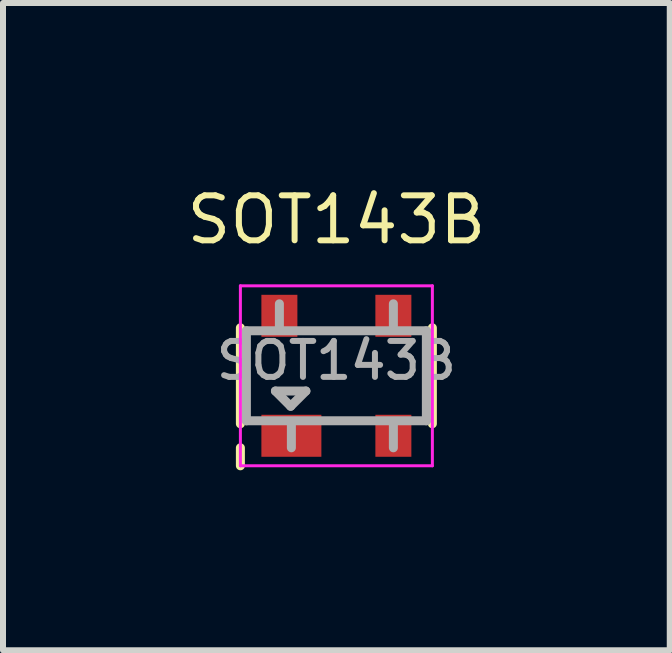
<source format=kicad_pcb>
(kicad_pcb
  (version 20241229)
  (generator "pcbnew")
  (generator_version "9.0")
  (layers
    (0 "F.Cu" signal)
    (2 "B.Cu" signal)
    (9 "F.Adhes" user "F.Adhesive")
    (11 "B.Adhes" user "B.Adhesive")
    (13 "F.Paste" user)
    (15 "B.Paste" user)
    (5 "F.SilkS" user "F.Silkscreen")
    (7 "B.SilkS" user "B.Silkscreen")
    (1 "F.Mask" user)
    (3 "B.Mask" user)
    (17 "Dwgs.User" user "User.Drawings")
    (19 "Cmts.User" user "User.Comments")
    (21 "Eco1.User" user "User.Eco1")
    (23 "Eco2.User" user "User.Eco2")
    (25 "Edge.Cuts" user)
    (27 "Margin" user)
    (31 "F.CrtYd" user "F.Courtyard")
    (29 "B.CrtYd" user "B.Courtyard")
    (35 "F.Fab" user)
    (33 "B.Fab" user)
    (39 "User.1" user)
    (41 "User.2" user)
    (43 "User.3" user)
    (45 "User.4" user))
  (footprint "SOT143B"
    (layer "F.Cu")
    (at 2.557 3.214)
    (property "Reference" "SOT143B" (at 0 -2.6 0) (layer "F.SilkS") (effects (font (size 0.75 0.75) (thickness 0.1))))
    (attr smd)
    (fp_line (start -1.6 -0.8) (end -1.6 0.8) (stroke (width 0.15) (type solid)) (layer "F.SilkS"))
    (fp_line (start -1.6 1.2) (end -1.6 1.5) (stroke (width 0.15) (type solid)) (layer "F.SilkS"))
    (fp_line (start 1.6 -0.8) (end 1.6 0.8) (stroke (width 0.15) (type solid)) (layer "F.SilkS"))
    (fp_line (start -1.6 -1.5) (end -1.6 1.5) (stroke (width 0.05) (type solid)) (layer "F.CrtYd"))
    (fp_line (start -1.6 -1.5) (end 1.6 -1.5) (stroke (width 0.05) (type solid)) (layer "F.CrtYd"))
    (fp_line (start -1.6 1.5) (end 1.6 1.5) (stroke (width 0.05) (type solid)) (layer "F.CrtYd"))
    (fp_line (start 1.6 -1.5) (end 1.6 1.5) (stroke (width 0.05) (type solid)) (layer "F.CrtYd"))
    (fp_line (start -1.5 -0.75) (end -1.5 0.75) (stroke (width 0.15) (type solid)) (layer "F.Fab"))
    (fp_line (start -1.5 0.75) (end 1.5 0.75) (stroke (width 0.15) (type solid)) (layer "F.Fab"))
    (fp_line (start -1.016 0.254) (end -0.762 0.508) (stroke (width 0.15) (type solid)) (layer "F.Fab"))
    (fp_line (start -0.95 -1.2) (end -0.95 -0.762) (stroke (width 0.15) (type solid)) (layer "F.Fab"))
    (fp_line (start -0.762 0.508) (end -0.508 0.254) (stroke (width 0.15) (type solid)) (layer "F.Fab"))
    (fp_line (start -0.75 1.2) (end -0.75 0.762) (stroke (width 0.15) (type solid)) (layer "F.Fab"))
    (fp_line (start -0.508 0.254) (end -1.016 0.254) (stroke (width 0.15) (type solid)) (layer "F.Fab"))
    (fp_line (start 0.95 -1.2) (end 0.95 -0.762) (stroke (width 0.15) (type solid)) (layer "F.Fab"))
    (fp_line (start 0.95 1.2) (end 0.95 0.762) (stroke (width 0.15) (type solid)) (layer "F.Fab"))
    (fp_line (start 1.5 -0.75) (end -1.5 -0.75) (stroke (width 0.15) (type solid)) (layer "F.Fab"))
    (fp_line (start 1.5 0.75) (end 1.5 -0.75) (stroke (width 0.15) (type solid)) (layer "F.Fab"))
    (fp_text user "${REFERENCE}" (at 0 -0.254 0) (layer "F.Fab") (effects (font (size 0.6 0.6) (thickness 0.1))))
    (pad "1" smd rect (at -0.75 1) (size 1 0.7) (layers "F.Cu" "F.Mask" "F.Paste"))
    (pad "2" smd rect (at 0.95 1) (size 0.6 0.7) (layers "F.Cu" "F.Mask" "F.Paste"))
    (pad "3" smd rect (at 0.95 -1) (size 0.6 0.7) (layers "F.Cu" "F.Mask" "F.Paste"))
    (pad "4" smd rect (at -0.95 -1) (size 0.6 0.7) (layers "F.Cu" "F.Mask" "F.Paste")))
  (gr_rect
    (start -3 -3)
    (end 8.114 7.789)
    (stroke (width 0.1) (type default))
    (fill no)
    (layer "Edge.Cuts")))
</source>
